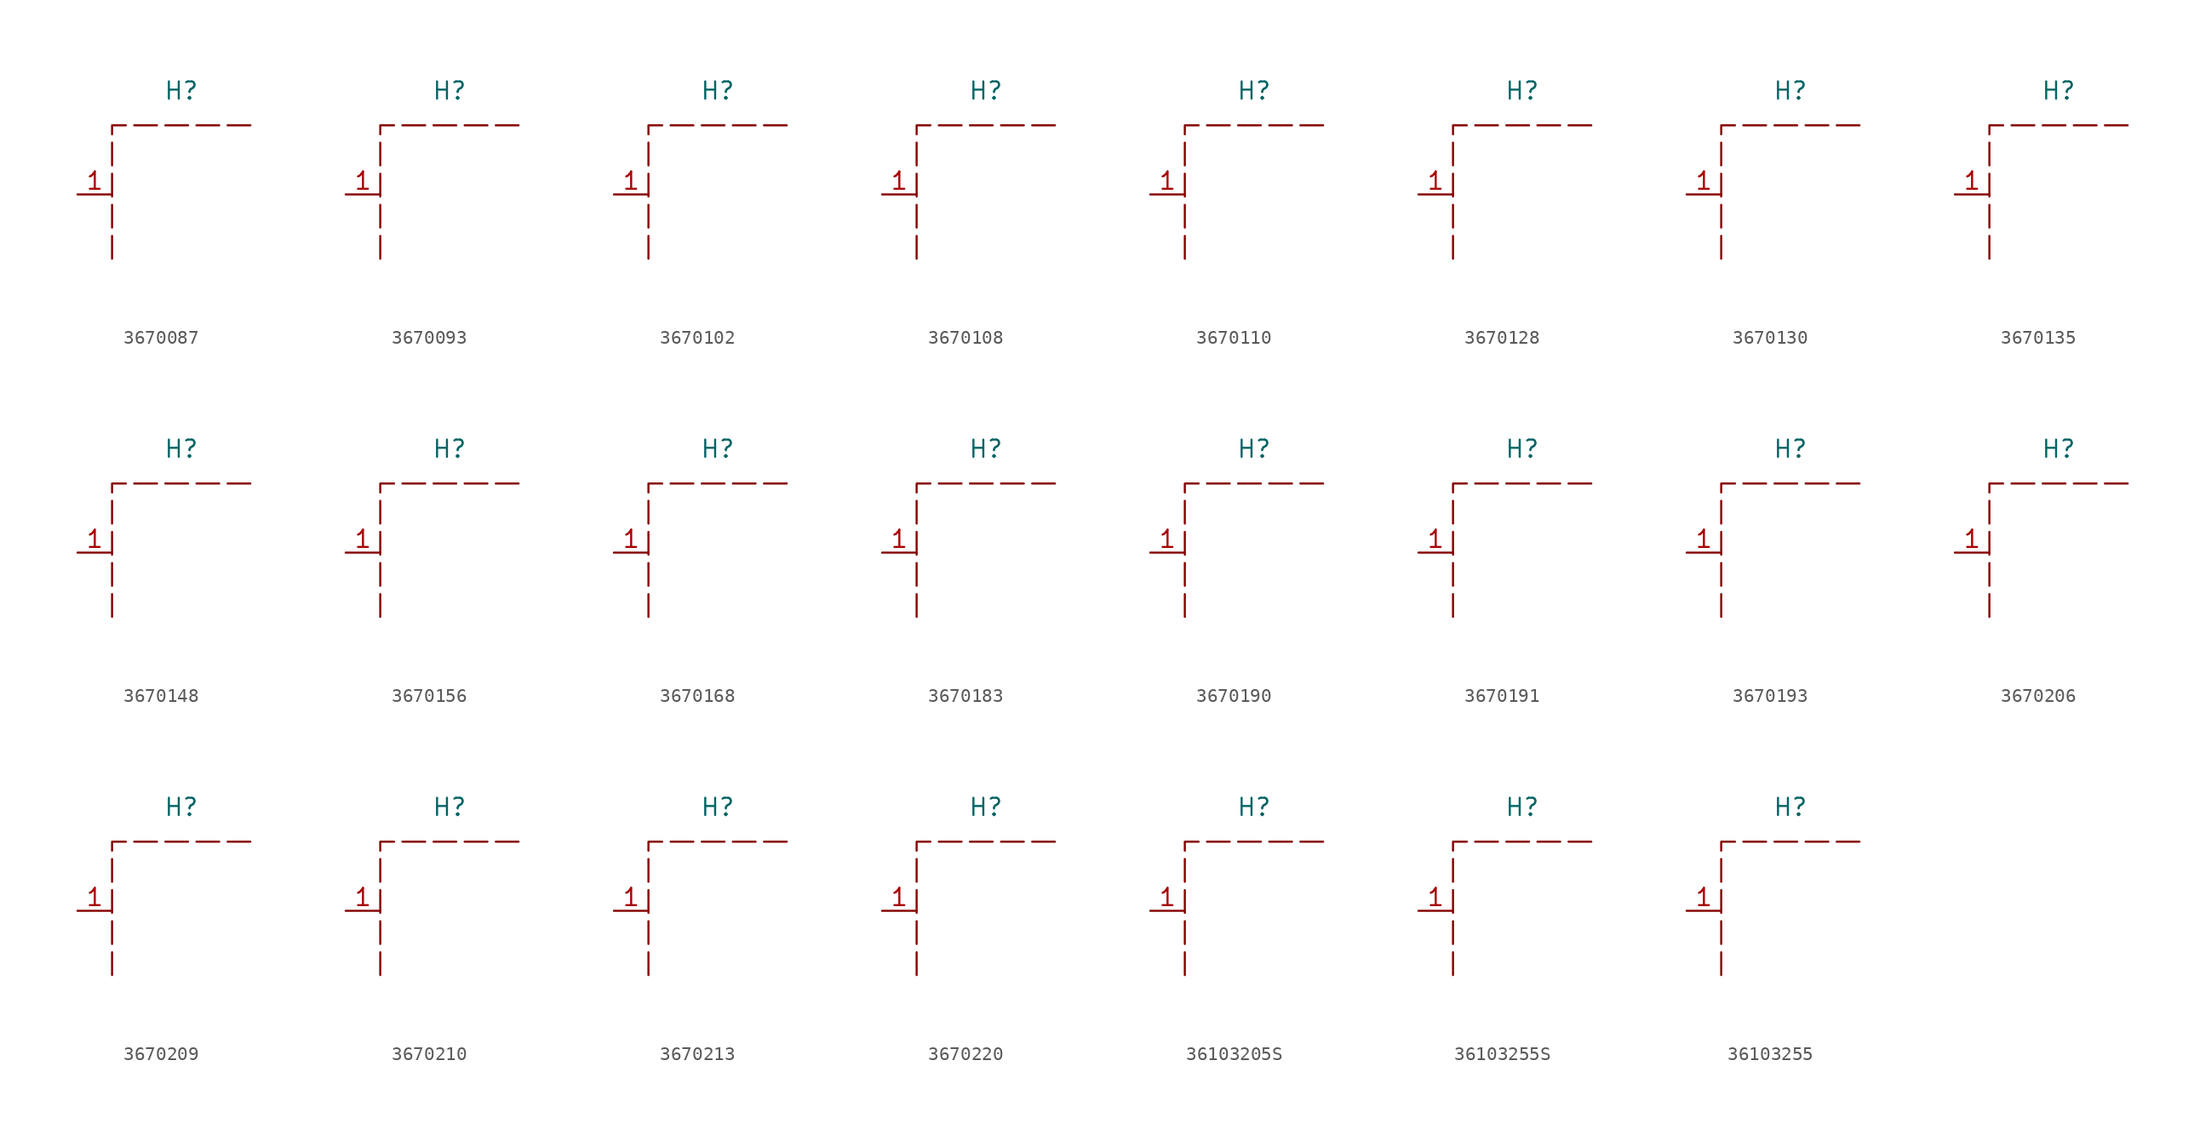
<source format=kicad_sym>
(kicad_symbol_lib
  (version 20220914)
  (generator kicad_symbol_editor)
  (symbol "3670087"
    (pin_names hide)
    (property "Reference" "H"
      (at 0 7.62 0)
      (effects (font (size 1.27 1.27))))
    (property "Critical Parameter" ""
      (at 0 -7.62 0)
      (effects (font (size 1.27 1.27))))
    (symbol "3670087_1_1"
      (polyline (pts (xy 5.08 5.08) (xy -5.08 5.08) (xy -5.08 -5.08)) (stroke (width 0) (type dash)) (fill (type none)))
      (pin power_in line (at -7.62 0 0) (length 2.54) (name "GND" (effects (font (size 1.27 1.27)))) (number "1" (effects (font (size 1.27 1.27)))))))
  (symbol "3670093"
    (pin_names hide)
    (property "Reference" "H"
      (at 0 7.62 0)
      (effects (font (size 1.27 1.27))))
    (property "Critical Parameter" ""
      (at 0 -7.62 0)
      (effects (font (size 1.27 1.27))))
    (symbol "3670093_1_1"
      (polyline (pts (xy 5.08 5.08) (xy -5.08 5.08) (xy -5.08 -5.08)) (stroke (width 0) (type dash)) (fill (type none)))
      (pin power_in line (at -7.62 0 0) (length 2.54) (name "GND" (effects (font (size 1.27 1.27)))) (number "1" (effects (font (size 1.27 1.27)))))))
  (symbol "3670102"
    (pin_names hide)
    (property "Reference" "H"
      (at 0 7.62 0)
      (effects (font (size 1.27 1.27))))
    (property "Critical Parameter" ""
      (at 0 -7.62 0)
      (effects (font (size 1.27 1.27))))
    (symbol "3670102_1_1"
      (polyline (pts (xy 5.08 5.08) (xy -5.08 5.08) (xy -5.08 -5.08)) (stroke (width 0) (type dash)) (fill (type none)))
      (pin power_in line (at -7.62 0 0) (length 2.54) (name "GND" (effects (font (size 1.27 1.27)))) (number "1" (effects (font (size 1.27 1.27)))))))
  (symbol "3670108"
    (pin_names hide)
    (property "Reference" "H"
      (at 0 7.62 0)
      (effects (font (size 1.27 1.27))))
    (property "Critical Parameter" ""
      (at 0 -7.62 0)
      (effects (font (size 1.27 1.27))))
    (symbol "3670108_1_1"
      (polyline (pts (xy 5.08 5.08) (xy -5.08 5.08) (xy -5.08 -5.08)) (stroke (width 0) (type dash)) (fill (type none)))
      (pin power_in line (at -7.62 0 0) (length 2.54) (name "GND" (effects (font (size 1.27 1.27)))) (number "1" (effects (font (size 1.27 1.27)))))))
  (symbol "3670110"
    (pin_names hide)
    (property "Reference" "H"
      (at 0 7.62 0)
      (effects (font (size 1.27 1.27))))
    (property "Critical Parameter" ""
      (at 0 -7.62 0)
      (effects (font (size 1.27 1.27))))
    (symbol "3670110_1_1"
      (polyline (pts (xy 5.08 5.08) (xy -5.08 5.08) (xy -5.08 -5.08)) (stroke (width 0) (type dash)) (fill (type none)))
      (pin power_in line (at -7.62 0 0) (length 2.54) (name "GND" (effects (font (size 1.27 1.27)))) (number "1" (effects (font (size 1.27 1.27)))))))
  (symbol "3670128"
    (pin_names hide)
    (property "Reference" "H"
      (at 0 7.62 0)
      (effects (font (size 1.27 1.27))))
    (property "Critical Parameter" ""
      (at 0 -7.62 0)
      (effects (font (size 1.27 1.27))))
    (symbol "3670128_1_1"
      (polyline (pts (xy 5.08 5.08) (xy -5.08 5.08) (xy -5.08 -5.08)) (stroke (width 0) (type dash)) (fill (type none)))
      (pin power_in line (at -7.62 0 0) (length 2.54) (name "GND" (effects (font (size 1.27 1.27)))) (number "1" (effects (font (size 1.27 1.27)))))))
  (symbol "3670130"
    (pin_names hide)
    (property "Reference" "H"
      (at 0 7.62 0)
      (effects (font (size 1.27 1.27))))
    (property "Critical Parameter" ""
      (at 0 -7.62 0)
      (effects (font (size 1.27 1.27))))
    (symbol "3670130_1_1"
      (polyline (pts (xy 5.08 5.08) (xy -5.08 5.08) (xy -5.08 -5.08)) (stroke (width 0) (type dash)) (fill (type none)))
      (pin power_in line (at -7.62 0 0) (length 2.54) (name "GND" (effects (font (size 1.27 1.27)))) (number "1" (effects (font (size 1.27 1.27)))))))
  (symbol "3670135"
    (pin_names hide)
    (property "Reference" "H"
      (at 0 7.62 0)
      (effects (font (size 1.27 1.27))))
    (property "Critical Parameter" ""
      (at 0 -7.62 0)
      (effects (font (size 1.27 1.27))))
    (symbol "3670135_1_1"
      (polyline (pts (xy 5.08 5.08) (xy -5.08 5.08) (xy -5.08 -5.08)) (stroke (width 0) (type dash)) (fill (type none)))
      (pin power_in line (at -7.62 0 0) (length 2.54) (name "GND" (effects (font (size 1.27 1.27)))) (number "1" (effects (font (size 1.27 1.27)))))))
  (symbol "3670148"
    (pin_names hide)
    (property "Reference" "H"
      (at 0 7.62 0)
      (effects (font (size 1.27 1.27))))
    (property "Critical Parameter" ""
      (at 0 -7.62 0)
      (effects (font (size 1.27 1.27))))
    (symbol "3670148_1_1"
      (polyline (pts (xy 5.08 5.08) (xy -5.08 5.08) (xy -5.08 -5.08)) (stroke (width 0) (type dash)) (fill (type none)))
      (pin power_in line (at -7.62 0 0) (length 2.54) (name "GND" (effects (font (size 1.27 1.27)))) (number "1" (effects (font (size 1.27 1.27)))))))
  (symbol "3670156"
    (pin_names hide)
    (property "Reference" "H"
      (at 0 7.62 0)
      (effects (font (size 1.27 1.27))))
    (property "Critical Parameter" ""
      (at 0 -7.62 0)
      (effects (font (size 1.27 1.27))))
    (symbol "3670156_1_1"
      (polyline (pts (xy 5.08 5.08) (xy -5.08 5.08) (xy -5.08 -5.08)) (stroke (width 0) (type dash)) (fill (type none)))
      (pin power_in line (at -7.62 0 0) (length 2.54) (name "GND" (effects (font (size 1.27 1.27)))) (number "1" (effects (font (size 1.27 1.27)))))))
  (symbol "3670168"
    (pin_names hide)
    (property "Reference" "H"
      (at 0 7.62 0)
      (effects (font (size 1.27 1.27))))
    (property "Critical Parameter" ""
      (at 0 -7.62 0)
      (effects (font (size 1.27 1.27))))
    (symbol "3670168_1_1"
      (polyline (pts (xy 5.08 5.08) (xy -5.08 5.08) (xy -5.08 -5.08)) (stroke (width 0) (type dash)) (fill (type none)))
      (pin power_in line (at -7.62 0 0) (length 2.54) (name "GND" (effects (font (size 1.27 1.27)))) (number "1" (effects (font (size 1.27 1.27)))))))
  (symbol "3670183"
    (pin_names hide)
    (property "Reference" "H"
      (at 0 7.62 0)
      (effects (font (size 1.27 1.27))))
    (property "Critical Parameter" ""
      (at 0 -7.62 0)
      (effects (font (size 1.27 1.27))))
    (symbol "3670183_1_1"
      (polyline (pts (xy 5.08 5.08) (xy -5.08 5.08) (xy -5.08 -5.08)) (stroke (width 0) (type dash)) (fill (type none)))
      (pin power_in line (at -7.62 0 0) (length 2.54) (name "GND" (effects (font (size 1.27 1.27)))) (number "1" (effects (font (size 1.27 1.27)))))))
  (symbol "3670190"
    (pin_names hide)
    (property "Reference" "H"
      (at 0 7.62 0)
      (effects (font (size 1.27 1.27))))
    (property "Critical Parameter" ""
      (at 0 -7.62 0)
      (effects (font (size 1.27 1.27))))
    (symbol "3670190_1_1"
      (polyline (pts (xy 5.08 5.08) (xy -5.08 5.08) (xy -5.08 -5.08)) (stroke (width 0) (type dash)) (fill (type none)))
      (pin power_in line (at -7.62 0 0) (length 2.54) (name "GND" (effects (font (size 1.27 1.27)))) (number "1" (effects (font (size 1.27 1.27)))))))
  (symbol "3670191"
    (pin_names hide)
    (property "Reference" "H"
      (at 0 7.62 0)
      (effects (font (size 1.27 1.27))))
    (property "Critical Parameter" ""
      (at 0 -7.62 0)
      (effects (font (size 1.27 1.27))))
    (symbol "3670191_1_1"
      (polyline (pts (xy 5.08 5.08) (xy -5.08 5.08) (xy -5.08 -5.08)) (stroke (width 0) (type dash)) (fill (type none)))
      (pin power_in line (at -7.62 0 0) (length 2.54) (name "GND" (effects (font (size 1.27 1.27)))) (number "1" (effects (font (size 1.27 1.27)))))))
  (symbol "3670193"
    (pin_names hide)
    (property "Reference" "H"
      (at 0 7.62 0)
      (effects (font (size 1.27 1.27))))
    (property "Critical Parameter" ""
      (at 0 -7.62 0)
      (effects (font (size 1.27 1.27))))
    (symbol "3670193_1_1"
      (polyline (pts (xy 5.08 5.08) (xy -5.08 5.08) (xy -5.08 -5.08)) (stroke (width 0) (type dash)) (fill (type none)))
      (pin power_in line (at -7.62 0 0) (length 2.54) (name "GND" (effects (font (size 1.27 1.27)))) (number "1" (effects (font (size 1.27 1.27)))))))
  (symbol "3670206"
    (pin_names hide)
    (property "Reference" "H"
      (at 0 7.62 0)
      (effects (font (size 1.27 1.27))))
    (property "Critical Parameter" ""
      (at 0 -7.62 0)
      (effects (font (size 1.27 1.27))))
    (symbol "3670206_1_1"
      (polyline (pts (xy 5.08 5.08) (xy -5.08 5.08) (xy -5.08 -5.08)) (stroke (width 0) (type dash)) (fill (type none)))
      (pin power_in line (at -7.62 0 0) (length 2.54) (name "GND" (effects (font (size 1.27 1.27)))) (number "1" (effects (font (size 1.27 1.27)))))))
  (symbol "3670209"
    (pin_names hide)
    (property "Reference" "H"
      (at 0 7.62 0)
      (effects (font (size 1.27 1.27))))
    (property "Critical Parameter" ""
      (at 0 -7.62 0)
      (effects (font (size 1.27 1.27))))
    (symbol "3670209_1_1"
      (polyline (pts (xy 5.08 5.08) (xy -5.08 5.08) (xy -5.08 -5.08)) (stroke (width 0) (type dash)) (fill (type none)))
      (pin power_in line (at -7.62 0 0) (length 2.54) (name "GND" (effects (font (size 1.27 1.27)))) (number "1" (effects (font (size 1.27 1.27)))))))
  (symbol "3670210"
    (pin_names hide)
    (property "Reference" "H"
      (at 0 7.62 0)
      (effects (font (size 1.27 1.27))))
    (property "Critical Parameter" ""
      (at 0 -7.62 0)
      (effects (font (size 1.27 1.27))))
    (symbol "3670210_1_1"
      (polyline (pts (xy 5.08 5.08) (xy -5.08 5.08) (xy -5.08 -5.08)) (stroke (width 0) (type dash)) (fill (type none)))
      (pin power_in line (at -7.62 0 0) (length 2.54) (name "GND" (effects (font (size 1.27 1.27)))) (number "1" (effects (font (size 1.27 1.27)))))))
  (symbol "3670213"
    (pin_names hide)
    (property "Reference" "H"
      (at 0 7.62 0)
      (effects (font (size 1.27 1.27))))
    (property "Critical Parameter" ""
      (at 0 -7.62 0)
      (effects (font (size 1.27 1.27))))
    (symbol "3670213_1_1"
      (polyline (pts (xy 5.08 5.08) (xy -5.08 5.08) (xy -5.08 -5.08)) (stroke (width 0) (type dash)) (fill (type none)))
      (pin power_in line (at -7.62 0 0) (length 2.54) (name "GND" (effects (font (size 1.27 1.27)))) (number "1" (effects (font (size 1.27 1.27)))))))
  (symbol "3670220"
    (pin_names hide)
    (property "Reference" "H"
      (at 0 7.62 0)
      (effects (font (size 1.27 1.27))))
    (property "Critical Parameter" ""
      (at 0 -7.62 0)
      (effects (font (size 1.27 1.27))))
    (symbol "3670220_1_1"
      (polyline (pts (xy 5.08 5.08) (xy -5.08 5.08) (xy -5.08 -5.08)) (stroke (width 0) (type dash)) (fill (type none)))
      (pin power_in line (at -7.62 0 0) (length 2.54) (name "GND" (effects (font (size 1.27 1.27)))) (number "1" (effects (font (size 1.27 1.27)))))))
  (symbol "36103205S"
    (pin_names hide)
    (property "Reference" "H"
      (at 0 7.62 0)
      (effects (font (size 1.27 1.27))))
    (property "Critical Parameter" ""
      (at 0 -7.62 0)
      (effects (font (size 1.27 1.27))))
    (symbol "36103205S_1_1"
      (polyline (pts (xy 5.08 5.08) (xy -5.08 5.08) (xy -5.08 -5.08)) (stroke (width 0) (type dash)) (fill (type none)))
      (pin power_in line (at -7.62 0 0) (length 2.54) (name "GND" (effects (font (size 1.27 1.27)))) (number "1" (effects (font (size 1.27 1.27)))))))
  (symbol "36103255S"
    (pin_names hide)
    (property "Reference" "H"
      (at 0 7.62 0)
      (effects (font (size 1.27 1.27))))
    (property "Critical Parameter" ""
      (at 0 -7.62 0)
      (effects (font (size 1.27 1.27))))
    (symbol "36103255S_1_1"
      (polyline (pts (xy 5.08 5.08) (xy -5.08 5.08) (xy -5.08 -5.08)) (stroke (width 0) (type dash)) (fill (type none)))
      (pin power_in line (at -7.62 0 0) (length 2.54) (name "GND" (effects (font (size 1.27 1.27)))) (number "1" (effects (font (size 1.27 1.27)))))))
  (symbol "36103255"
    (pin_names hide)
    (property "Reference" "H"
      (at 0 7.62 0)
      (effects (font (size 1.27 1.27))))
    (property "Critical Parameter" ""
      (at 0 -7.62 0)
      (effects (font (size 1.27 1.27))))
    (symbol "36103255_1_1"
      (polyline (pts (xy 5.08 5.08) (xy -5.08 5.08) (xy -5.08 -5.08)) (stroke (width 0) (type dash)) (fill (type none)))
      (pin power_in line (at -7.62 0 0) (length 2.54) (name "GND" (effects (font (size 1.27 1.27)))) (number "1" (effects (font (size 1.27 1.27))))))))
</source>
